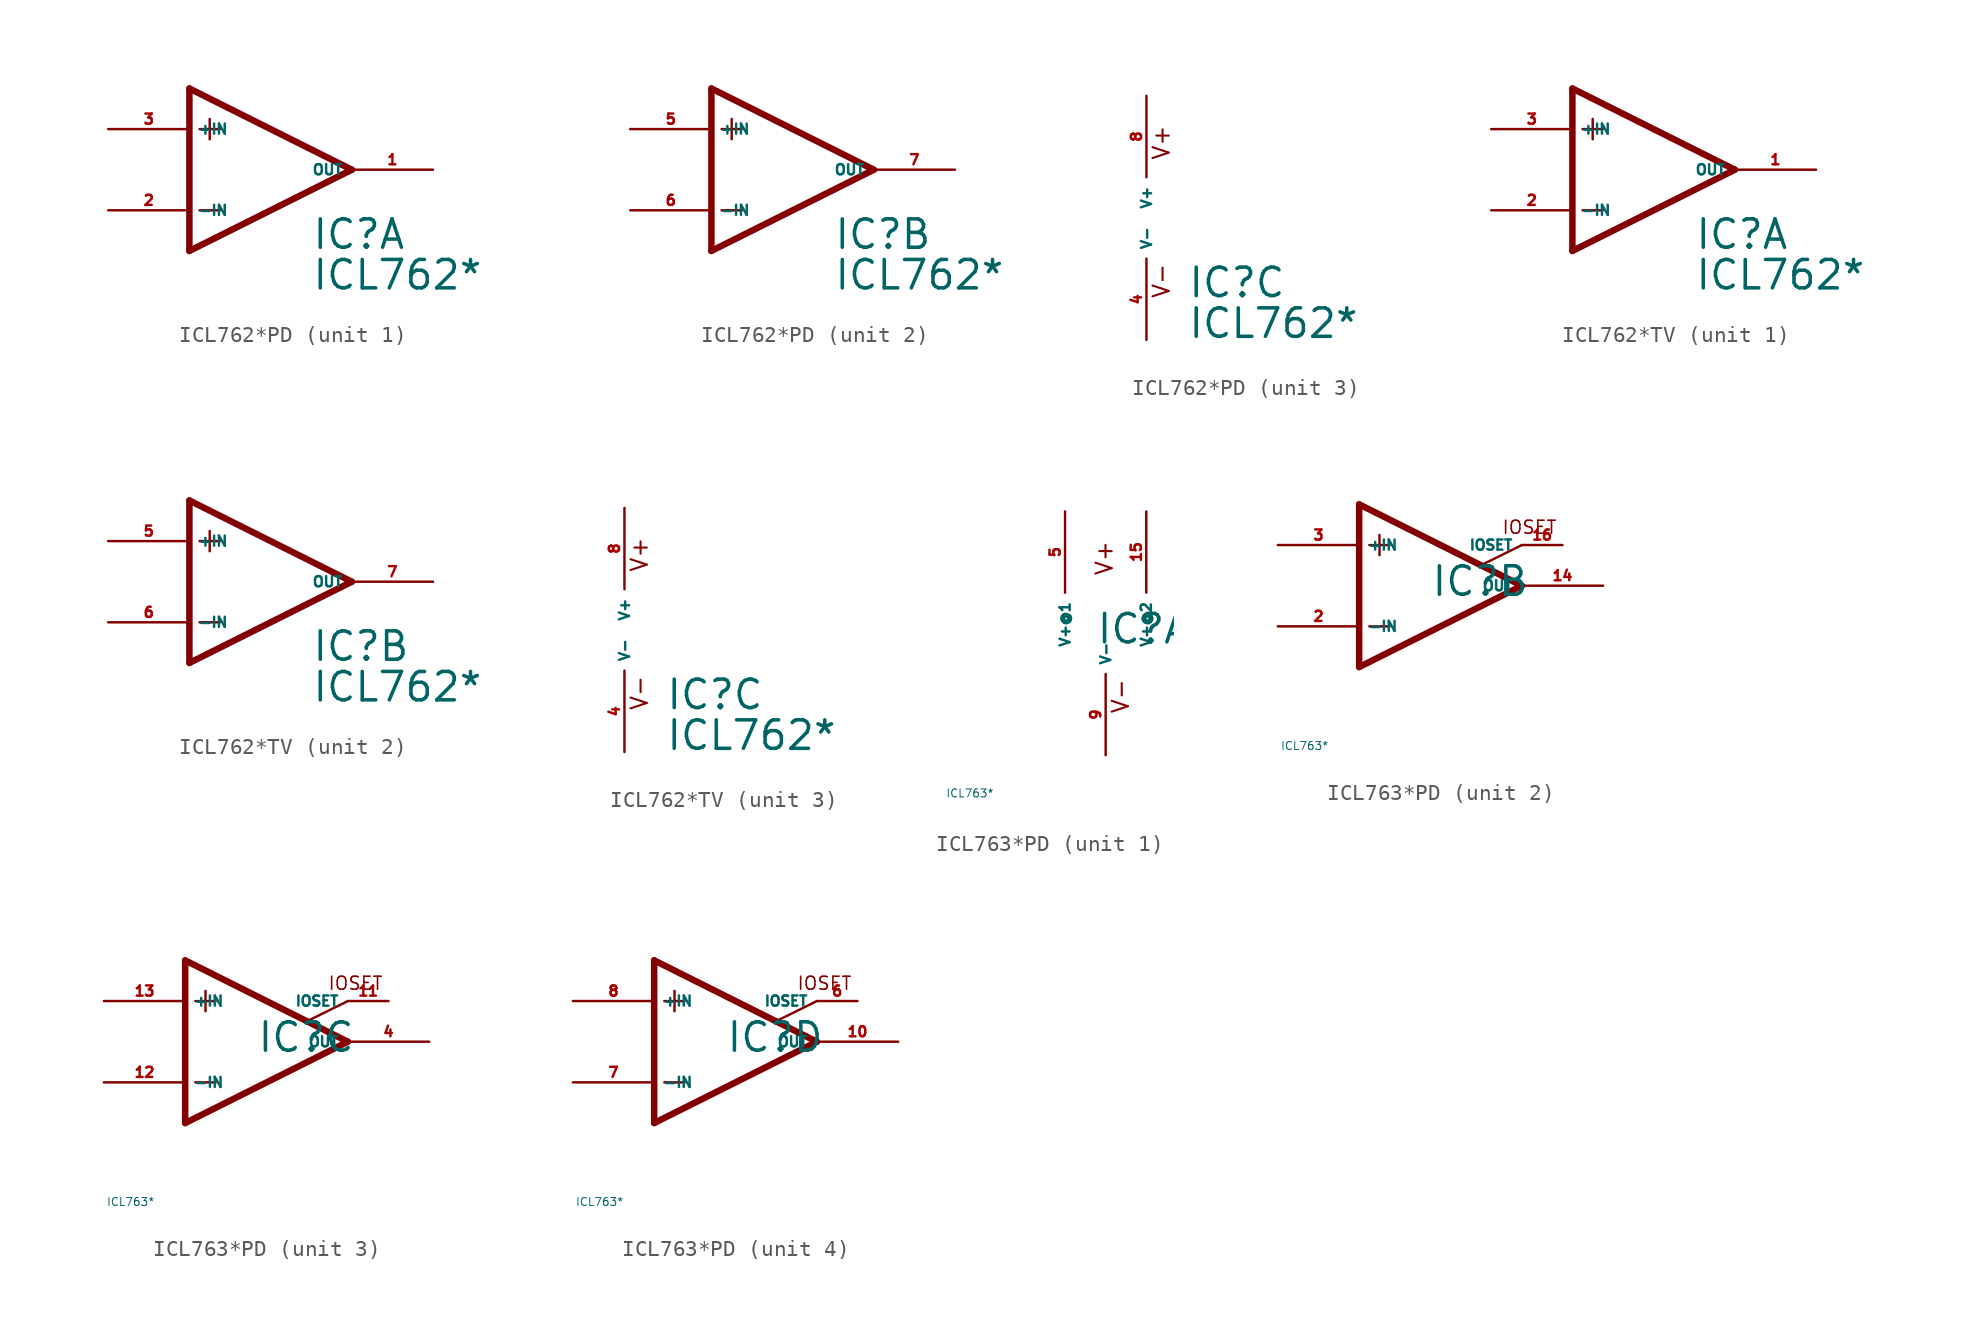
<source format=kicad_sym>
(kicad_symbol_lib
  (version 20220914)
  (generator Eagle2Kicad)
  (symbol "ICL762*PD"
    (property "Reference" "IC"
      (at 2.54 -5.08 0)
      (effects (font (size 1.778 1.778) (thickness 0.22)) (justify left bottom)))
    (property "Value" "ICL762*"
      (at 2.54 -7.62 0)
      (effects (font (size 1.778 1.778) (thickness 0.22)) (justify left bottom)))
    (symbol "ICL762*PD_1_0"
      (polyline (pts (xy -3.81 3.175) (xy -3.81 1.905)) (stroke (width 0.152) (type default)) (fill (type none)))
      (polyline (pts (xy -4.445 2.54) (xy -3.175 2.54)) (stroke (width 0.152) (type default)) (fill (type none)))
      (polyline (pts (xy -4.445 -2.54) (xy -3.175 -2.54)) (stroke (width 0.152) (type default)) (fill (type none)))
      (polyline (pts (xy 5.08 0) (xy -5.08 5.08)) (stroke (width 0.406) (type default)) (fill (type none)))
      (polyline (pts (xy -5.08 5.08) (xy -5.08 -5.08)) (stroke (width 0.406) (type default)) (fill (type none)))
      (polyline (pts (xy -5.08 -5.08) (xy 5.08 0)) (stroke (width 0.406) (type default)) (fill (type none)))
      (pin input line (at -10.16 -2.54 0) (length 5.08) (name "-IN" (effects (font (size 0.635 0.635) (thickness 0.08)) (justify left bottom))) (number "2" (effects (font (size 0.635 0.635) (thickness 0.08)) (justify left bottom))))
      (pin input line (at -10.16 2.54 0) (length 5.08) (name "+IN" (effects (font (size 0.635 0.635) (thickness 0.08)) (justify left bottom))) (number "3" (effects (font (size 0.635 0.635) (thickness 0.08)) (justify left bottom))))
      (pin output line (at 10.16 0 180) (length 5.08) (name "OUT" (effects (font (size 0.635 0.635) (thickness 0.08)) (justify left bottom))) (number "1" (effects (font (size 0.635 0.635) (thickness 0.08)) (justify left bottom)))))
    (symbol "ICL762*PD_2_0"
      (polyline (pts (xy -3.81 3.175) (xy -3.81 1.905)) (stroke (width 0.152) (type default)) (fill (type none)))
      (polyline (pts (xy -4.445 2.54) (xy -3.175 2.54)) (stroke (width 0.152) (type default)) (fill (type none)))
      (polyline (pts (xy -4.445 -2.54) (xy -3.175 -2.54)) (stroke (width 0.152) (type default)) (fill (type none)))
      (polyline (pts (xy 5.08 0) (xy -5.08 5.08)) (stroke (width 0.406) (type default)) (fill (type none)))
      (polyline (pts (xy -5.08 5.08) (xy -5.08 -5.08)) (stroke (width 0.406) (type default)) (fill (type none)))
      (polyline (pts (xy -5.08 -5.08) (xy 5.08 0)) (stroke (width 0.406) (type default)) (fill (type none)))
      (pin input line (at -10.16 -2.54 0) (length 5.08) (name "-IN" (effects (font (size 0.635 0.635) (thickness 0.08)) (justify left bottom))) (number "6" (effects (font (size 0.635 0.635) (thickness 0.08)) (justify left bottom))))
      (pin input line (at -10.16 2.54 0) (length 5.08) (name "+IN" (effects (font (size 0.635 0.635) (thickness 0.08)) (justify left bottom))) (number "5" (effects (font (size 0.635 0.635) (thickness 0.08)) (justify left bottom))))
      (pin output line (at 10.16 0 180) (length 5.08) (name "OUT" (effects (font (size 0.635 0.635) (thickness 0.08)) (justify left bottom))) (number "7" (effects (font (size 0.635 0.635) (thickness 0.08)) (justify left bottom)))))
    (symbol "ICL762*PD_3_0"
      (text "V+" (at 1.524 3.556 900) (effects (font (size 1.016 1.016) (thickness 0.13)) (justify left bottom)))
      (text "V-" (at 1.524 -5.08 900) (effects (font (size 1.016 1.016) (thickness 0.13)) (justify left bottom)))
      (pin unspecified line (at 0 7.62 270) (length 5.08) (name "V+" (effects (font (size 0.635 0.635) (thickness 0.08)) (justify left bottom))) (number "8" (effects (font (size 0.635 0.635) (thickness 0.08)) (justify left bottom))))
      (pin unspecified line (at 0 -7.62 90) (length 5.08) (name "V-" (effects (font (size 0.635 0.635) (thickness 0.08)) (justify left bottom))) (number "4" (effects (font (size 0.635 0.635) (thickness 0.08)) (justify left bottom))))))
  (symbol "ICL762*TV"
    (property "Reference" "IC"
      (at 2.54 -5.08 0)
      (effects (font (size 1.778 1.778) (thickness 0.22)) (justify left bottom)))
    (property "Value" "ICL762*"
      (at 2.54 -7.62 0)
      (effects (font (size 1.778 1.778) (thickness 0.22)) (justify left bottom)))
    (symbol "ICL762*TV_1_0"
      (polyline (pts (xy -3.81 3.175) (xy -3.81 1.905)) (stroke (width 0.152) (type default)) (fill (type none)))
      (polyline (pts (xy -4.445 2.54) (xy -3.175 2.54)) (stroke (width 0.152) (type default)) (fill (type none)))
      (polyline (pts (xy -4.445 -2.54) (xy -3.175 -2.54)) (stroke (width 0.152) (type default)) (fill (type none)))
      (polyline (pts (xy 5.08 0) (xy -5.08 5.08)) (stroke (width 0.406) (type default)) (fill (type none)))
      (polyline (pts (xy -5.08 5.08) (xy -5.08 -5.08)) (stroke (width 0.406) (type default)) (fill (type none)))
      (polyline (pts (xy -5.08 -5.08) (xy 5.08 0)) (stroke (width 0.406) (type default)) (fill (type none)))
      (pin input line (at -10.16 -2.54 0) (length 5.08) (name "-IN" (effects (font (size 0.635 0.635) (thickness 0.08)) (justify left bottom))) (number "2" (effects (font (size 0.635 0.635) (thickness 0.08)) (justify left bottom))))
      (pin input line (at -10.16 2.54 0) (length 5.08) (name "+IN" (effects (font (size 0.635 0.635) (thickness 0.08)) (justify left bottom))) (number "3" (effects (font (size 0.635 0.635) (thickness 0.08)) (justify left bottom))))
      (pin output line (at 10.16 0 180) (length 5.08) (name "OUT" (effects (font (size 0.635 0.635) (thickness 0.08)) (justify left bottom))) (number "1" (effects (font (size 0.635 0.635) (thickness 0.08)) (justify left bottom)))))
    (symbol "ICL762*TV_2_0"
      (polyline (pts (xy -3.81 3.175) (xy -3.81 1.905)) (stroke (width 0.152) (type default)) (fill (type none)))
      (polyline (pts (xy -4.445 2.54) (xy -3.175 2.54)) (stroke (width 0.152) (type default)) (fill (type none)))
      (polyline (pts (xy -4.445 -2.54) (xy -3.175 -2.54)) (stroke (width 0.152) (type default)) (fill (type none)))
      (polyline (pts (xy 5.08 0) (xy -5.08 5.08)) (stroke (width 0.406) (type default)) (fill (type none)))
      (polyline (pts (xy -5.08 5.08) (xy -5.08 -5.08)) (stroke (width 0.406) (type default)) (fill (type none)))
      (polyline (pts (xy -5.08 -5.08) (xy 5.08 0)) (stroke (width 0.406) (type default)) (fill (type none)))
      (pin input line (at -10.16 -2.54 0) (length 5.08) (name "-IN" (effects (font (size 0.635 0.635) (thickness 0.08)) (justify left bottom))) (number "6" (effects (font (size 0.635 0.635) (thickness 0.08)) (justify left bottom))))
      (pin input line (at -10.16 2.54 0) (length 5.08) (name "+IN" (effects (font (size 0.635 0.635) (thickness 0.08)) (justify left bottom))) (number "5" (effects (font (size 0.635 0.635) (thickness 0.08)) (justify left bottom))))
      (pin output line (at 10.16 0 180) (length 5.08) (name "OUT" (effects (font (size 0.635 0.635) (thickness 0.08)) (justify left bottom))) (number "7" (effects (font (size 0.635 0.635) (thickness 0.08)) (justify left bottom)))))
    (symbol "ICL762*TV_3_0"
      (text "V+" (at 1.524 3.556 900) (effects (font (size 1.016 1.016) (thickness 0.13)) (justify left bottom)))
      (text "V-" (at 1.524 -5.08 900) (effects (font (size 1.016 1.016) (thickness 0.13)) (justify left bottom)))
      (pin unspecified line (at 0 7.62 270) (length 5.08) (name "V+" (effects (font (size 0.635 0.635) (thickness 0.08)) (justify left bottom))) (number "8" (effects (font (size 0.635 0.635) (thickness 0.08)) (justify left bottom))))
      (pin unspecified line (at 0 -7.62 90) (length 5.08) (name "V-" (effects (font (size 0.635 0.635) (thickness 0.08)) (justify left bottom))) (number "4" (effects (font (size 0.635 0.635) (thickness 0.08)) (justify left bottom))))))
  (symbol "ICL763*PD"
    (property "Reference" "IC"
      (at -0.635 -0.762 0)
      (effects (font (size 1.778 1.778) (thickness 0.22)) (justify left bottom)))
    (property "Value" "ICL763*"
      (at -10 -10 0)
      (effects (font (size 0.5 0.5) (thickness 0.06)) (justify left)))
    (symbol "ICL763*PD_1_0"
      (text "V+" (at 0.508 3.556 900) (effects (font (size 1.016 1.016) (thickness 0.13)) (justify left bottom)))
      (text "V-" (at 1.524 -5.08 900) (effects (font (size 1.016 1.016) (thickness 0.13)) (justify left bottom)))
      (pin unspecified line (at -2.54 7.62 270) (length 5.08) (name "V+@1" (effects (font (size 0.635 0.635) (thickness 0.08)) (justify left bottom))) (number "5" (effects (font (size 0.635 0.635) (thickness 0.08)) (justify left bottom))))
      (pin unspecified line (at 0 -7.62 90) (length 5.08) (name "V-" (effects (font (size 0.635 0.635) (thickness 0.08)) (justify left bottom))) (number "9" (effects (font (size 0.635 0.635) (thickness 0.08)) (justify left bottom))))
      (pin unspecified line (at 2.54 7.62 270) (length 5.08) (name "V+@2" (effects (font (size 0.635 0.635) (thickness 0.08)) (justify left bottom))) (number "15" (effects (font (size 0.635 0.635) (thickness 0.08)) (justify left bottom)))))
    (symbol "ICL763*PD_2_0"
      (polyline (pts (xy -3.81 3.175) (xy -3.81 1.905)) (stroke (width 0.152) (type default)) (fill (type none)))
      (polyline (pts (xy -4.445 2.54) (xy -3.175 2.54)) (stroke (width 0.152) (type default)) (fill (type none)))
      (polyline (pts (xy -4.445 -2.54) (xy -3.175 -2.54)) (stroke (width 0.152) (type default)) (fill (type none)))
      (polyline (pts (xy 5.08 0) (xy -5.08 5.08)) (stroke (width 0.406) (type default)) (fill (type none)))
      (polyline (pts (xy -5.08 5.08) (xy -5.08 -5.08)) (stroke (width 0.406) (type default)) (fill (type none)))
      (polyline (pts (xy -5.08 -5.08) (xy 5.08 0)) (stroke (width 0.406) (type default)) (fill (type none)))
      (polyline (pts (xy 5.08 2.54) (xy 2.616 1.321)) (stroke (width 0.152) (type default)) (fill (type none)))
      (text "IOSET" (at 3.81 3.175 0) (effects (font (size 0.813 0.813) (thickness 0.10)) (justify left bottom)))
      (pin input line (at -10.16 -2.54 0) (length 5.08) (name "-IN" (effects (font (size 0.635 0.635) (thickness 0.08)) (justify left bottom))) (number "2" (effects (font (size 0.635 0.635) (thickness 0.08)) (justify left bottom))))
      (pin input line (at -10.16 2.54 0) (length 5.08) (name "+IN" (effects (font (size 0.635 0.635) (thickness 0.08)) (justify left bottom))) (number "3" (effects (font (size 0.635 0.635) (thickness 0.08)) (justify left bottom))))
      (pin output line (at 10.16 0 180) (length 5.08) (name "OUT" (effects (font (size 0.635 0.635) (thickness 0.08)) (justify left bottom))) (number "14" (effects (font (size 0.635 0.635) (thickness 0.08)) (justify left bottom))))
      (pin passive line (at 7.62 2.54 180) (length 2.54) (name "IOSET" (effects (font (size 0.635 0.635) (thickness 0.08)) (justify left bottom))) (number "16" (effects (font (size 0.635 0.635) (thickness 0.08)) (justify left bottom)))))
    (symbol "ICL763*PD_3_0"
      (polyline (pts (xy -3.81 3.175) (xy -3.81 1.905)) (stroke (width 0.152) (type default)) (fill (type none)))
      (polyline (pts (xy -4.445 2.54) (xy -3.175 2.54)) (stroke (width 0.152) (type default)) (fill (type none)))
      (polyline (pts (xy -4.445 -2.54) (xy -3.175 -2.54)) (stroke (width 0.152) (type default)) (fill (type none)))
      (polyline (pts (xy 5.08 0) (xy -5.08 5.08)) (stroke (width 0.406) (type default)) (fill (type none)))
      (polyline (pts (xy -5.08 5.08) (xy -5.08 -5.08)) (stroke (width 0.406) (type default)) (fill (type none)))
      (polyline (pts (xy -5.08 -5.08) (xy 5.08 0)) (stroke (width 0.406) (type default)) (fill (type none)))
      (polyline (pts (xy 5.08 2.54) (xy 2.616 1.321)) (stroke (width 0.152) (type default)) (fill (type none)))
      (text "IOSET" (at 3.81 3.175 0) (effects (font (size 0.813 0.813) (thickness 0.10)) (justify left bottom)))
      (pin input line (at -10.16 -2.54 0) (length 5.08) (name "-IN" (effects (font (size 0.635 0.635) (thickness 0.08)) (justify left bottom))) (number "12" (effects (font (size 0.635 0.635) (thickness 0.08)) (justify left bottom))))
      (pin input line (at -10.16 2.54 0) (length 5.08) (name "+IN" (effects (font (size 0.635 0.635) (thickness 0.08)) (justify left bottom))) (number "13" (effects (font (size 0.635 0.635) (thickness 0.08)) (justify left bottom))))
      (pin output line (at 10.16 0 180) (length 5.08) (name "OUT" (effects (font (size 0.635 0.635) (thickness 0.08)) (justify left bottom))) (number "4" (effects (font (size 0.635 0.635) (thickness 0.08)) (justify left bottom))))
      (pin passive line (at 7.62 2.54 180) (length 2.54) (name "IOSET" (effects (font (size 0.635 0.635) (thickness 0.08)) (justify left bottom))) (number "11" (effects (font (size 0.635 0.635) (thickness 0.08)) (justify left bottom)))))
    (symbol "ICL763*PD_4_0"
      (polyline (pts (xy -3.81 3.175) (xy -3.81 1.905)) (stroke (width 0.152) (type default)) (fill (type none)))
      (polyline (pts (xy -4.445 2.54) (xy -3.175 2.54)) (stroke (width 0.152) (type default)) (fill (type none)))
      (polyline (pts (xy -4.445 -2.54) (xy -3.175 -2.54)) (stroke (width 0.152) (type default)) (fill (type none)))
      (polyline (pts (xy 5.08 0) (xy -5.08 5.08)) (stroke (width 0.406) (type default)) (fill (type none)))
      (polyline (pts (xy -5.08 5.08) (xy -5.08 -5.08)) (stroke (width 0.406) (type default)) (fill (type none)))
      (polyline (pts (xy -5.08 -5.08) (xy 5.08 0)) (stroke (width 0.406) (type default)) (fill (type none)))
      (polyline (pts (xy 5.08 2.54) (xy 2.616 1.321)) (stroke (width 0.152) (type default)) (fill (type none)))
      (text "IOSET" (at 3.81 3.175 0) (effects (font (size 0.813 0.813) (thickness 0.10)) (justify left bottom)))
      (pin input line (at -10.16 -2.54 0) (length 5.08) (name "-IN" (effects (font (size 0.635 0.635) (thickness 0.08)) (justify left bottom))) (number "7" (effects (font (size 0.635 0.635) (thickness 0.08)) (justify left bottom))))
      (pin input line (at -10.16 2.54 0) (length 5.08) (name "+IN" (effects (font (size 0.635 0.635) (thickness 0.08)) (justify left bottom))) (number "8" (effects (font (size 0.635 0.635) (thickness 0.08)) (justify left bottom))))
      (pin output line (at 10.16 0 180) (length 5.08) (name "OUT" (effects (font (size 0.635 0.635) (thickness 0.08)) (justify left bottom))) (number "10" (effects (font (size 0.635 0.635) (thickness 0.08)) (justify left bottom))))
      (pin passive line (at 7.62 2.54 180) (length 2.54) (name "IOSET" (effects (font (size 0.635 0.635) (thickness 0.08)) (justify left bottom))) (number "6" (effects (font (size 0.635 0.635) (thickness 0.08)) (justify left bottom)))))))
</source>
